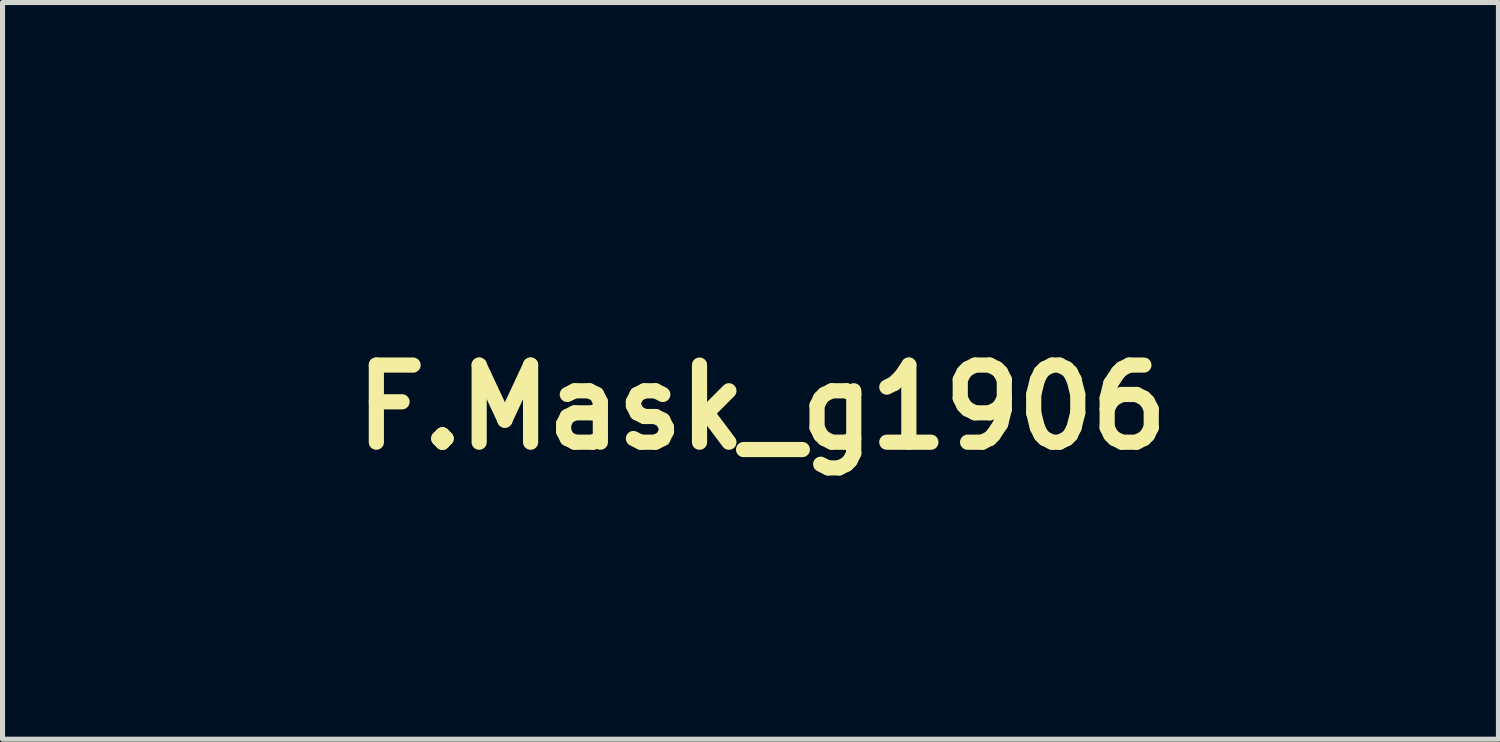
<source format=kicad_pcb>
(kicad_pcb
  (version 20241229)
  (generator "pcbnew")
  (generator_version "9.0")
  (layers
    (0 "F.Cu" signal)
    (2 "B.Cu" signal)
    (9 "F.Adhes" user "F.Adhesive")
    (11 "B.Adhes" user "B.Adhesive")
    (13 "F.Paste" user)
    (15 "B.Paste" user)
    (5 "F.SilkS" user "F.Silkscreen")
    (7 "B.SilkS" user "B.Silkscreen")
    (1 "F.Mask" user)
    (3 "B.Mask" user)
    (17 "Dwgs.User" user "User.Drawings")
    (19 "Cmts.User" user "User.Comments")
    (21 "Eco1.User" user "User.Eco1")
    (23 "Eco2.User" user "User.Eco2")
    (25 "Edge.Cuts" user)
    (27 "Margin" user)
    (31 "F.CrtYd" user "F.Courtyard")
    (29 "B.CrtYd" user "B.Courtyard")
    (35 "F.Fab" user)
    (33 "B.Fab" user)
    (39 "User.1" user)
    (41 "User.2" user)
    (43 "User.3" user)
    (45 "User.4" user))
  (footprint "F.Mask_g1906"
    (layer "F.Cu")
    (at 12.007 4.999)
    (property "Reference" "F.Mask_g1906" (at 0 0 0) (layer "F.SilkS") (effects (font (size 1.524 1.524) (thickness 0.3))))
    (attr through_hole)
    (fp_poly (pts (xy -7.176 3.09) (xy -7.366 3.09) (xy -7.366 1.884) (xy -7.176 1.884) (xy -7.176 3.09)) (stroke (width 0.01) (type solid)) (fill yes) (layer "F.Mask"))
    (fp_poly (pts (xy -7.174 1.757) (xy -7.368 1.757) (xy -7.355 1.471) (xy -7.186 1.471) (xy -7.174 1.757)) (stroke (width 0.01) (type solid)) (fill yes) (layer "F.Mask"))
    (fp_poly (pts (xy -4.191 3.09) (xy -4.36 3.09) (xy -4.36 1.46) (xy -4.191 1.46) (xy -4.191 3.09)) (stroke (width 0.01) (type solid)) (fill yes) (layer "F.Mask"))
    (fp_poly (pts (xy 2.434 1.757) (xy 2.265 1.757) (xy 2.265 1.46) (xy 2.434 1.46) (xy 2.434 1.757)) (stroke (width 0.01) (type solid)) (fill yes) (layer "F.Mask"))
    (fp_poly (pts (xy 2.434 3.09) (xy 2.265 3.09) (xy 2.265 1.884) (xy 2.434 1.884) (xy 2.434 3.09)) (stroke (width 0.01) (type solid)) (fill yes) (layer "F.Mask"))
    (fp_poly (pts (xy 8.445 1.757) (xy 8.276 1.757) (xy 8.276 1.46) (xy 8.445 1.46) (xy 8.445 1.757)) (stroke (width 0.01) (type solid)) (fill yes) (layer "F.Mask"))
    (fp_poly (pts (xy 8.445 3.09) (xy 8.276 3.09) (xy 8.276 1.884) (xy 8.445 1.884) (xy 8.445 3.09)) (stroke (width 0.01) (type solid)) (fill yes) (layer "F.Mask"))
    (fp_poly (pts (xy 8.89 3.09) (xy 8.721 3.09) (xy 8.721 1.46) (xy 8.89 1.46) (xy 8.89 3.09)) (stroke (width 0.01) (type solid)) (fill yes) (layer "F.Mask"))
    (fp_poly (pts (xy 9.313 1.757) (xy 9.144 1.757) (xy 9.144 1.46) (xy 9.313 1.46) (xy 9.313 1.757)) (stroke (width 0.01) (type solid)) (fill yes) (layer "F.Mask"))
    (fp_poly (pts (xy 9.324 1.894) (xy 9.324 3.08) (xy 9.234 3.086) (xy 9.144 3.093) (xy 9.144 1.881) (xy 9.324 1.894)) (stroke (width 0.01) (type solid)) (fill yes) (layer "F.Mask"))
    (fp_poly (pts (xy -10.933 -4.879) (xy -10.933 -1.344) (xy -11.43 -1.332) (xy -11.43 -4.445) (xy -12.002 -4.445) (xy -12.002 -4.89) (xy -10.933 -4.879)) (stroke (width 0.01) (type solid)) (fill yes) (layer "F.Mask"))
    (fp_poly (pts (xy 7.832 1.884) (xy 8.128 1.884) (xy 8.128 2.032) (xy 7.832 2.032) (xy 7.832 3.09) (xy 7.662 3.09) (xy 7.662 2.032) (xy 7.429 2.032) (xy 7.429 1.884) (xy 7.662 1.884) (xy 7.662 1.46) (xy 7.832 1.46) (xy 7.832 1.884)) (stroke (width 0.01) (type solid)) (fill yes) (layer "F.Mask"))
    (fp_poly (pts (xy 9.906 1.884) (xy 10.181 1.884) (xy 10.181 2.032) (xy 9.906 2.032) (xy 9.906 3.09) (xy 9.737 3.09) (xy 9.737 2.032) (xy 9.483 2.032) (xy 9.483 1.884) (xy 9.737 1.884) (xy 9.737 1.46) (xy 9.906 1.46) (xy 9.906 1.884)) (stroke (width 0.01) (type solid)) (fill yes) (layer "F.Mask"))
    (fp_poly (pts (xy -11.361 1.465) (xy -11.229 1.471) (xy -10.942 2.144) (xy -10.654 2.816) (xy -10.079 1.471) (xy -9.939 1.465) (xy -9.8 1.459) (xy -9.8 3.09) (xy -9.99 3.09) (xy -9.996 2.408) (xy -10.001 1.725) (xy -10.573 3.091) (xy -10.656 3.086) (xy -10.74 3.08) (xy -11.031 2.381) (xy -11.323 1.683) (xy -11.324 2.387) (xy -11.324 3.09) (xy -11.493 3.09) (xy -11.493 1.458) (xy -11.361 1.465)) (stroke (width 0.01) (type solid)) (fill yes) (layer "F.Mask"))
    (fp_poly (pts (xy -0.209 1.867) (xy -0.194 1.889) (xy -0.191 1.94) (xy -0.191 1.947) (xy -0.193 2) (xy -0.209 2.028) (xy -0.251 2.046) (xy -0.279 2.054) (xy -0.381 2.102) (xy -0.46 2.181) (xy -0.506 2.277) (xy -0.514 2.326) (xy -0.52 2.408) (xy -0.525 2.514) (xy -0.528 2.636) (xy -0.529 2.725) (xy -0.529 3.09) (xy -0.699 3.09) (xy -0.699 1.884) (xy -0.614 1.884) (xy -0.56 1.886) (xy -0.535 1.9) (xy -0.529 1.935) (xy -0.529 1.951) (xy -0.529 2.019) (xy -0.484 1.97) (xy -0.413 1.916) (xy -0.325 1.877) (xy -0.244 1.863) (xy -0.209 1.867)) (stroke (width 0.01) (type solid)) (fill yes) (layer "F.Mask"))
    (fp_poly (pts (xy -1.858 1.725) (xy -1.852 1.99) (xy -1.77 1.932) (xy -1.717 1.899) (xy -1.66 1.88) (xy -1.585 1.869) (xy -1.532 1.866) (xy -1.442 1.864) (xy -1.376 1.87) (xy -1.316 1.889) (xy -1.259 1.915) (xy -1.185 1.958) (xy -1.12 2.009) (xy -1.09 2.04) (xy -1.052 2.096) (xy -1.023 2.152) (xy -1.002 2.217) (xy -0.988 2.296) (xy -0.979 2.398) (xy -0.975 2.528) (xy -0.974 2.691) (xy -0.974 3.09) (xy -1.143 3.09) (xy -1.143 2.734) (xy -1.145 2.563) (xy -1.151 2.428) (xy -1.164 2.323) (xy -1.184 2.242) (xy -1.212 2.18) (xy -1.25 2.13) (xy -1.286 2.097) (xy -1.389 2.036) (xy -1.497 2.013) (xy -1.604 2.028) (xy -1.701 2.078) (xy -1.782 2.161) (xy -1.823 2.232) (xy -1.837 2.269) (xy -1.848 2.313) (xy -1.855 2.37) (xy -1.859 2.448) (xy -1.861 2.554) (xy -1.862 2.695) (xy -1.862 2.704) (xy -1.863 3.09) (xy -2.032 3.09) (xy -2.032 1.46) (xy -1.864 1.46) (xy -1.858 1.725)) (stroke (width 0.01) (type solid)) (fill yes) (layer "F.Mask"))
    (fp_poly (pts (xy 10.289 1.883) (xy 10.312 1.884) (xy 10.403 1.884) (xy 10.583 2.339) (xy 10.635 2.468) (xy 10.682 2.583) (xy 10.721 2.678) (xy 10.751 2.748) (xy 10.769 2.787) (xy 10.774 2.793) (xy 10.785 2.775) (xy 10.809 2.722) (xy 10.845 2.642) (xy 10.89 2.538) (xy 10.942 2.417) (xy 10.975 2.339) (xy 11.165 1.884) (xy 11.258 1.884) (xy 11.314 1.886) (xy 11.338 1.896) (xy 11.337 1.918) (xy 11.336 1.921) (xy 11.325 1.948) (xy 11.299 2.01) (xy 11.261 2.101) (xy 11.211 2.219) (xy 11.152 2.358) (xy 11.085 2.514) (xy 11.013 2.682) (xy 10.99 2.736) (xy 10.658 3.514) (xy 10.568 3.514) (xy 10.513 3.512) (xy 10.481 3.508) (xy 10.477 3.506) (xy 10.486 3.484) (xy 10.508 3.433) (xy 10.542 3.358) (xy 10.58 3.272) (xy 10.683 3.047) (xy 10.466 2.509) (xy 10.395 2.335) (xy 10.339 2.196) (xy 10.296 2.088) (xy 10.266 2.009) (xy 10.247 1.952) (xy 10.238 1.915) (xy 10.239 1.894) (xy 10.248 1.884) (xy 10.265 1.882) (xy 10.289 1.883)) (stroke (width 0.01) (type solid)) (fill yes) (layer "F.Mask"))
    (fp_poly (pts (xy -6.243 1.867) (xy -6.14 1.88) (xy -6.096 1.892) (xy -6.043 1.919) (xy -6.02 1.956) (xy -6.016 1.981) (xy -6.017 2.046) (xy -6.038 2.077) (xy -6.083 2.076) (xy -6.14 2.054) (xy -6.267 2.016) (xy -6.389 2.016) (xy -6.502 2.048) (xy -6.602 2.109) (xy -6.685 2.192) (xy -6.746 2.293) (xy -6.782 2.407) (xy -6.788 2.529) (xy -6.761 2.655) (xy -6.72 2.744) (xy -6.636 2.848) (xy -6.529 2.919) (xy -6.403 2.957) (xy -6.262 2.96) (xy -6.113 2.927) (xy -6.07 2.91) (xy -6.046 2.907) (xy -6.035 2.927) (xy -6.033 2.98) (xy -6.032 2.983) (xy -6.037 3.041) (xy -6.054 3.073) (xy -6.09 3.092) (xy -6.165 3.11) (xy -6.264 3.121) (xy -6.367 3.123) (xy -6.456 3.116) (xy -6.483 3.111) (xy -6.624 3.056) (xy -6.75 2.97) (xy -6.853 2.861) (xy -6.923 2.735) (xy -6.93 2.715) (xy -6.961 2.567) (xy -6.958 2.418) (xy -6.923 2.273) (xy -6.86 2.14) (xy -6.772 2.026) (xy -6.663 1.94) (xy -6.573 1.898) (xy -6.477 1.876) (xy -6.362 1.866) (xy -6.243 1.867)) (stroke (width 0.01) (type solid)) (fill yes) (layer "F.Mask"))
    (fp_poly (pts (xy -9.352 2.312) (xy -9.348 2.477) (xy -9.343 2.606) (xy -9.333 2.703) (xy -9.318 2.776) (xy -9.297 2.828) (xy -9.266 2.867) (xy -9.226 2.899) (xy -9.182 2.923) (xy -9.1 2.951) (xy -9.005 2.962) (xy -8.916 2.956) (xy -8.862 2.94) (xy -8.792 2.896) (xy -8.737 2.844) (xy -8.697 2.777) (xy -8.668 2.69) (xy -8.649 2.578) (xy -8.639 2.435) (xy -8.636 2.256) (xy -8.636 2.24) (xy -8.636 1.884) (xy -8.467 1.884) (xy -8.467 3.09) (xy -8.551 3.09) (xy -8.606 3.088) (xy -8.63 3.074) (xy -8.636 3.04) (xy -8.636 3.026) (xy -8.636 2.961) (xy -8.715 3.025) (xy -8.787 3.07) (xy -8.869 3.104) (xy -8.89 3.11) (xy -8.956 3.124) (xy -9.007 3.128) (xy -9.061 3.124) (xy -9.137 3.111) (xy -9.144 3.109) (xy -9.266 3.065) (xy -9.374 2.988) (xy -9.457 2.886) (xy -9.461 2.878) (xy -9.479 2.845) (xy -9.492 2.813) (xy -9.502 2.775) (xy -9.509 2.725) (xy -9.514 2.657) (xy -9.517 2.564) (xy -9.52 2.439) (xy -9.521 2.334) (xy -9.528 1.884) (xy -9.359 1.884) (xy -9.352 2.312)) (stroke (width 0.01) (type solid)) (fill yes) (layer "F.Mask"))
    (fp_poly (pts (xy -2.954 1.465) (xy -2.823 1.468) (xy -2.727 1.473) (xy -2.657 1.479) (xy -2.604 1.488) (xy -2.56 1.501) (xy -2.517 1.519) (xy -2.483 1.536) (xy -2.364 1.616) (xy -2.297 1.69) (xy -2.265 1.74) (xy -2.246 1.784) (xy -2.236 1.836) (xy -2.233 1.911) (xy -2.233 1.958) (xy -2.234 2.048) (xy -2.241 2.109) (xy -2.255 2.156) (xy -2.281 2.201) (xy -2.297 2.226) (xy -2.385 2.317) (xy -2.478 2.376) (xy -2.533 2.403) (xy -2.586 2.421) (xy -2.649 2.433) (xy -2.731 2.441) (xy -2.843 2.448) (xy -2.852 2.449) (xy -3.111 2.462) (xy -3.111 3.09) (xy -3.302 3.09) (xy -3.302 2.291) (xy -3.111 2.291) (xy -2.884 2.282) (xy -2.758 2.275) (xy -2.665 2.262) (xy -2.597 2.244) (xy -2.575 2.234) (xy -2.484 2.169) (xy -2.425 2.082) (xy -2.402 1.981) (xy -2.417 1.874) (xy -2.433 1.832) (xy -2.476 1.76) (xy -2.527 1.707) (xy -2.594 1.672) (xy -2.685 1.649) (xy -2.807 1.637) (xy -2.872 1.634) (xy -3.111 1.625) (xy -3.111 2.291) (xy -3.302 2.291) (xy -3.302 1.455) (xy -2.954 1.465)) (stroke (width 0.01) (type solid)) (fill yes) (layer "F.Mask"))
    (fp_poly (pts (xy 3.409 1.879) (xy 3.435 1.885) (xy 3.531 1.93) (xy 3.622 2.006) (xy 3.697 2.102) (xy 3.711 2.125) (xy 3.726 2.158) (xy 3.738 2.192) (xy 3.747 2.235) (xy 3.753 2.293) (xy 3.758 2.373) (xy 3.761 2.481) (xy 3.763 2.624) (xy 3.764 2.651) (xy 3.771 3.09) (xy 3.602 3.09) (xy 3.595 2.672) (xy 3.592 2.528) (xy 3.589 2.419) (xy 3.585 2.34) (xy 3.579 2.283) (xy 3.57 2.242) (xy 3.558 2.21) (xy 3.542 2.181) (xy 3.539 2.176) (xy 3.477 2.106) (xy 3.395 2.052) (xy 3.279 2.017) (xy 3.166 2.022) (xy 3.063 2.066) (xy 2.973 2.148) (xy 2.938 2.196) (xy 2.921 2.226) (xy 2.908 2.258) (xy 2.899 2.297) (xy 2.893 2.351) (xy 2.888 2.427) (xy 2.885 2.531) (xy 2.883 2.67) (xy 2.882 2.683) (xy 2.875 3.09) (xy 2.709 3.09) (xy 2.709 1.884) (xy 2.794 1.884) (xy 2.848 1.886) (xy 2.872 1.9) (xy 2.879 1.934) (xy 2.879 1.951) (xy 2.879 2.018) (xy 2.927 1.973) (xy 3.021 1.911) (xy 3.14 1.874) (xy 3.273 1.862) (xy 3.409 1.879)) (stroke (width 0.01) (type solid)) (fill yes) (layer "F.Mask"))
    (fp_poly (pts (xy 0.621 1.867) (xy 0.77 1.906) (xy 0.901 1.979) (xy 0.926 1.999) (xy 0.995 2.057) (xy 0.995 1.884) (xy 1.164 1.884) (xy 1.164 3.09) (xy 0.995 3.09) (xy 0.995 2.913) (xy 0.937 2.969) (xy 0.824 3.048) (xy 0.688 3.098) (xy 0.536 3.117) (xy 0.429 3.11) (xy 0.278 3.07) (xy 0.148 2.997) (xy 0.041 2.895) (xy -0.038 2.771) (xy -0.087 2.629) (xy -0.097 2.522) (xy 0.065 2.522) (xy 0.089 2.646) (xy 0.149 2.76) (xy 0.244 2.859) (xy 0.307 2.901) (xy 0.432 2.951) (xy 0.565 2.963) (xy 0.695 2.938) (xy 0.73 2.923) (xy 0.844 2.85) (xy 0.926 2.755) (xy 0.978 2.645) (xy 1 2.526) (xy 0.991 2.405) (xy 0.953 2.288) (xy 0.885 2.183) (xy 0.788 2.095) (xy 0.693 2.043) (xy 0.568 2.013) (xy 0.442 2.023) (xy 0.321 2.073) (xy 0.211 2.158) (xy 0.125 2.271) (xy 0.076 2.395) (xy 0.065 2.522) (xy -0.097 2.522) (xy -0.102 2.476) (xy -0.08 2.315) (xy -0.072 2.286) (xy -0.024 2.182) (xy 0.054 2.079) (xy 0.151 1.988) (xy 0.255 1.919) (xy 0.305 1.898) (xy 0.464 1.864) (xy 0.621 1.867)) (stroke (width 0.01) (type solid)) (fill yes) (layer "F.Mask"))
    (fp_poly (pts (xy 6.308 2.027) (xy 6.309 2.208) (xy 6.311 2.367) (xy 6.316 2.499) (xy 6.321 2.599) (xy 6.328 2.663) (xy 6.331 2.678) (xy 6.38 2.789) (xy 6.453 2.873) (xy 6.543 2.929) (xy 6.644 2.955) (xy 6.747 2.952) (xy 6.846 2.919) (xy 6.933 2.855) (xy 7.001 2.758) (xy 7.008 2.744) (xy 7.021 2.71) (xy 7.031 2.672) (xy 7.038 2.622) (xy 7.043 2.555) (xy 7.046 2.464) (xy 7.048 2.343) (xy 7.048 2.189) (xy 7.049 2.043) (xy 7.051 1.903) (xy 7.053 1.778) (xy 7.057 1.675) (xy 7.061 1.604) (xy 7.062 1.591) (xy 7.076 1.46) (xy 7.241 1.46) (xy 7.235 2.08) (xy 7.233 2.259) (xy 7.231 2.4) (xy 7.228 2.511) (xy 7.225 2.595) (xy 7.22 2.658) (xy 7.213 2.705) (xy 7.204 2.742) (xy 7.193 2.774) (xy 7.18 2.805) (xy 7.101 2.937) (xy 7.001 3.033) (xy 6.878 3.094) (xy 6.729 3.123) (xy 6.725 3.123) (xy 6.582 3.119) (xy 6.491 3.1) (xy 6.379 3.043) (xy 6.278 2.955) (xy 6.201 2.846) (xy 6.168 2.769) (xy 6.157 2.728) (xy 6.148 2.677) (xy 6.14 2.611) (xy 6.135 2.526) (xy 6.13 2.415) (xy 6.126 2.274) (xy 6.123 2.096) (xy 6.122 2.058) (xy 6.113 1.46) (xy 6.308 1.46) (xy 6.308 2.027)) (stroke (width 0.01) (type solid)) (fill yes) (layer "F.Mask"))
    (fp_poly (pts (xy -5.09 1.882) (xy -4.97 1.921) (xy -4.872 1.979) (xy -4.816 2.037) (xy -4.797 2.062) (xy -4.787 2.061) (xy -4.784 2.027) (xy -4.784 1.984) (xy -4.784 1.884) (xy -4.614 1.884) (xy -4.614 3.09) (xy -4.699 3.09) (xy -4.753 3.088) (xy -4.777 3.074) (xy -4.783 3.035) (xy -4.784 3.006) (xy -4.784 2.921) (xy -4.878 2.993) (xy -5.017 3.074) (xy -5.168 3.116) (xy -5.325 3.118) (xy -5.374 3.11) (xy -5.531 3.059) (xy -5.667 2.973) (xy -5.735 2.907) (xy -5.819 2.787) (xy -5.867 2.654) (xy -5.877 2.547) (xy -5.71 2.547) (xy -5.68 2.672) (xy -5.621 2.783) (xy -5.559 2.85) (xy -5.473 2.912) (xy -5.387 2.947) (xy -5.287 2.959) (xy -5.224 2.958) (xy -5.136 2.95) (xy -5.071 2.934) (xy -5.013 2.902) (xy -4.992 2.888) (xy -4.896 2.797) (xy -4.829 2.683) (xy -4.792 2.556) (xy -4.788 2.426) (xy -4.821 2.301) (xy -4.823 2.297) (xy -4.892 2.19) (xy -4.988 2.103) (xy -5.101 2.041) (xy -5.22 2.012) (xy -5.249 2.011) (xy -5.368 2.031) (xy -5.484 2.085) (xy -5.585 2.167) (xy -5.662 2.269) (xy -5.676 2.297) (xy -5.71 2.418) (xy -5.71 2.547) (xy -5.877 2.547) (xy -5.882 2.501) (xy -5.88 2.446) (xy -5.851 2.281) (xy -5.788 2.141) (xy -5.69 2.026) (xy -5.56 1.937) (xy -5.482 1.902) (xy -5.356 1.871) (xy -5.222 1.865) (xy -5.09 1.882)) (stroke (width 0.01) (type solid)) (fill yes) (layer "F.Mask"))
    (fp_poly (pts (xy -7.817 1.876) (xy -7.714 1.917) (xy -7.638 1.988) (xy -7.592 2.087) (xy -7.585 2.122) (xy -7.572 2.201) (xy -7.658 2.201) (xy -7.716 2.197) (xy -7.746 2.18) (xy -7.759 2.154) (xy -7.784 2.102) (xy -7.817 2.058) (xy -7.875 2.019) (xy -7.938 2.014) (xy -7.999 2.036) (xy -8.048 2.078) (xy -8.079 2.134) (xy -8.082 2.197) (xy -8.057 2.254) (xy -8.026 2.279) (xy -7.967 2.317) (xy -7.888 2.361) (xy -7.83 2.39) (xy -7.717 2.449) (xy -7.638 2.502) (xy -7.587 2.556) (xy -7.557 2.618) (xy -7.542 2.696) (xy -7.54 2.718) (xy -7.547 2.839) (xy -7.585 2.948) (xy -7.651 3.036) (xy -7.694 3.069) (xy -7.792 3.109) (xy -7.906 3.124) (xy -8.016 3.113) (xy -8.05 3.103) (xy -8.155 3.048) (xy -8.229 2.968) (xy -8.276 2.859) (xy -8.288 2.808) (xy -8.303 2.728) (xy -8.21 2.734) (xy -8.151 2.742) (xy -8.123 2.757) (xy -8.112 2.789) (xy -8.111 2.798) (xy -8.084 2.876) (xy -8.029 2.931) (xy -7.957 2.96) (xy -7.877 2.96) (xy -7.8 2.929) (xy -7.767 2.901) (xy -7.714 2.828) (xy -7.704 2.755) (xy -7.735 2.682) (xy -7.808 2.611) (xy -7.923 2.541) (xy -7.968 2.519) (xy -8.09 2.456) (xy -8.174 2.395) (xy -8.227 2.33) (xy -8.251 2.255) (xy -8.255 2.205) (xy -8.238 2.081) (xy -8.189 1.983) (xy -8.109 1.914) (xy -8 1.875) (xy -7.943 1.868) (xy -7.817 1.876)) (stroke (width 0.01) (type solid)) (fill yes) (layer "F.Mask"))
    (fp_poly (pts (xy 1.819 1.881) (xy 1.921 1.932) (xy 1.997 2.013) (xy 2.042 2.121) (xy 2.045 2.133) (xy 2.051 2.176) (xy 2.041 2.196) (xy 2.003 2.201) (xy 1.972 2.201) (xy 1.914 2.198) (xy 1.885 2.182) (xy 1.871 2.148) (xy 1.838 2.087) (xy 1.78 2.037) (xy 1.714 2.012) (xy 1.7 2.011) (xy 1.639 2.028) (xy 1.59 2.072) (xy 1.557 2.131) (xy 1.547 2.194) (xy 1.564 2.25) (xy 1.58 2.268) (xy 1.613 2.289) (xy 1.674 2.323) (xy 1.753 2.365) (xy 1.807 2.392) (xy 1.898 2.438) (xy 1.959 2.475) (xy 2 2.508) (xy 2.029 2.546) (xy 2.048 2.582) (xy 2.088 2.703) (xy 2.09 2.822) (xy 2.053 2.932) (xy 1.978 3.028) (xy 1.976 3.029) (xy 1.871 3.099) (xy 1.754 3.128) (xy 1.628 3.116) (xy 1.581 3.102) (xy 1.516 3.073) (xy 1.462 3.039) (xy 1.456 3.034) (xy 1.413 2.98) (xy 1.372 2.906) (xy 1.343 2.829) (xy 1.334 2.778) (xy 1.339 2.747) (xy 1.364 2.734) (xy 1.417 2.731) (xy 1.472 2.734) (xy 1.5 2.751) (xy 1.518 2.794) (xy 1.524 2.814) (xy 1.55 2.877) (xy 1.585 2.924) (xy 1.593 2.931) (xy 1.659 2.957) (xy 1.739 2.962) (xy 1.812 2.946) (xy 1.822 2.942) (xy 1.866 2.901) (xy 1.904 2.837) (xy 1.925 2.772) (xy 1.926 2.754) (xy 1.907 2.695) (xy 1.854 2.633) (xy 1.775 2.576) (xy 1.699 2.539) (xy 1.571 2.481) (xy 1.479 2.425) (xy 1.42 2.364) (xy 1.387 2.293) (xy 1.376 2.206) (xy 1.376 2.195) (xy 1.394 2.078) (xy 1.446 1.981) (xy 1.525 1.91) (xy 1.627 1.87) (xy 1.696 1.863) (xy 1.819 1.881)) (stroke (width 0.01) (type solid)) (fill yes) (layer "F.Mask"))
    (fp_poly (pts (xy 1.612 -1.979) (xy 1.755 -1.646) (xy 1.894 -1.322) (xy 2.027 -1.012) (xy 2.154 -0.715) (xy 2.274 -0.436) (xy 2.386 -0.175) (xy 2.488 0.064) (xy 2.58 0.28) (xy 2.662 0.471) (xy 2.731 0.634) (xy 2.787 0.768) (xy 2.83 0.869) (xy 2.858 0.936) (xy 2.87 0.967) (xy 2.871 0.968) (xy 2.883 1.016) (xy 2.231 1.016) (xy 1.808 0.037) (xy 1.384 -0.942) (xy 0.02 -0.947) (xy -1.344 -0.953) (xy -1.77 0.026) (xy -2.196 1.005) (xy -2.508 1.011) (xy -2.82 1.017) (xy -2.808 0.969) (xy -2.798 0.944) (xy -2.773 0.883) (xy -2.733 0.787) (xy -2.679 0.658) (xy -2.612 0.5) (xy -2.533 0.313) (xy -2.443 0.101) (xy -2.343 -0.135) (xy -2.233 -0.393) (xy -2.116 -0.67) (xy -1.991 -0.964) (xy -1.859 -1.272) (xy -1.754 -1.518) (xy -1.101 -1.518) (xy -1.08 -1.515) (xy -1.021 -1.512) (xy -0.928 -1.51) (xy -0.804 -1.508) (xy -0.653 -1.506) (xy -0.479 -1.504) (xy -0.286 -1.503) (xy -0.078 -1.503) (xy 0.02 -1.503) (xy 1.141 -1.503) (xy 1.041 -1.742) (xy 0.87 -2.156) (xy 0.714 -2.53) (xy 0.574 -2.866) (xy 0.45 -3.162) (xy 0.341 -3.419) (xy 0.249 -3.638) (xy 0.172 -3.818) (xy 0.11 -3.959) (xy 0.065 -4.062) (xy 0.034 -4.126) (xy 0.02 -4.152) (xy 0.019 -4.152) (xy 0.008 -4.131) (xy -0.017 -4.074) (xy -0.055 -3.987) (xy -0.105 -3.872) (xy -0.164 -3.733) (xy -0.232 -3.576) (xy -0.306 -3.402) (xy -0.385 -3.218) (xy -0.467 -3.025) (xy -0.55 -2.829) (xy -0.634 -2.633) (xy -0.715 -2.441) (xy -0.793 -2.257) (xy -0.866 -2.084) (xy -0.932 -1.928) (xy -0.989 -1.791) (xy -1.036 -1.677) (xy -1.072 -1.592) (xy -1.094 -1.537) (xy -1.101 -1.518) (xy -1.754 -1.518) (xy -1.722 -1.594) (xy -1.58 -1.926) (xy -1.558 -1.979) (xy -0.319 -4.879) (xy 0.365 -4.879) (xy 1.612 -1.979)) (stroke (width 0.01) (type solid)) (fill yes) (layer "F.Mask"))
    (fp_poly (pts (xy 4.774 1.885) (xy 4.909 1.942) (xy 4.99 1.999) (xy 5.059 2.057) (xy 5.059 1.97) (xy 5.061 1.915) (xy 5.074 1.891) (xy 5.111 1.884) (xy 5.14 1.884) (xy 5.222 1.884) (xy 5.233 2.27) (xy 5.238 2.484) (xy 5.237 2.681) (xy 5.232 2.858) (xy 5.223 3.009) (xy 5.21 3.13) (xy 5.193 3.216) (xy 5.18 3.252) (xy 5.095 3.379) (xy 4.991 3.47) (xy 4.863 3.527) (xy 4.71 3.553) (xy 4.646 3.554) (xy 4.553 3.55) (xy 4.464 3.539) (xy 4.399 3.524) (xy 4.394 3.523) (xy 4.261 3.452) (xy 4.149 3.346) (xy 4.104 3.284) (xy 4.059 3.206) (xy 4.043 3.154) (xy 4.057 3.124) (xy 4.101 3.112) (xy 4.127 3.111) (xy 4.186 3.117) (xy 4.221 3.138) (xy 4.242 3.172) (xy 4.316 3.27) (xy 4.415 3.344) (xy 4.532 3.389) (xy 4.656 3.405) (xy 4.779 3.388) (xy 4.886 3.338) (xy 4.967 3.262) (xy 5.027 3.16) (xy 5.057 3.047) (xy 5.059 3.011) (xy 5.059 2.923) (xy 5.009 2.973) (xy 4.902 3.055) (xy 4.777 3.103) (xy 4.626 3.12) (xy 4.614 3.12) (xy 4.447 3.102) (xy 4.301 3.048) (xy 4.179 2.96) (xy 4.081 2.836) (xy 4.049 2.777) (xy 4.002 2.635) (xy 3.988 2.49) (xy 4.161 2.49) (xy 4.177 2.615) (xy 4.223 2.728) (xy 4.295 2.824) (xy 4.387 2.899) (xy 4.495 2.947) (xy 4.613 2.964) (xy 4.737 2.946) (xy 4.779 2.93) (xy 4.895 2.861) (xy 4.983 2.766) (xy 5.041 2.652) (xy 5.066 2.526) (xy 5.058 2.397) (xy 5.014 2.269) (xy 4.963 2.188) (xy 4.9 2.128) (xy 4.815 2.073) (xy 4.723 2.031) (xy 4.64 2.012) (xy 4.627 2.011) (xy 4.5 2.031) (xy 4.382 2.087) (xy 4.283 2.173) (xy 4.209 2.284) (xy 4.18 2.357) (xy 4.161 2.49) (xy 3.988 2.49) (xy 3.987 2.481) (xy 4.007 2.328) (xy 4.041 2.227) (xy 4.12 2.097) (xy 4.226 1.993) (xy 4.351 1.919) (xy 4.488 1.875) (xy 4.631 1.863) (xy 4.774 1.885)) (stroke (width 0.01) (type solid)) (fill yes) (layer "F.Mask"))
    (fp_poly (pts (xy -8.379 -4.883) (xy -8.329 -4.876) (xy -8.319 -4.869) (xy -8.331 -4.847) (xy -8.366 -4.796) (xy -8.42 -4.719) (xy -8.491 -4.621) (xy -8.576 -4.505) (xy -8.671 -4.377) (xy -8.742 -4.283) (xy -8.843 -4.148) (xy -8.934 -4.025) (xy -9.014 -3.916) (xy -9.08 -3.827) (xy -9.127 -3.761) (xy -9.155 -3.722) (xy -9.16 -3.713) (xy -9.138 -3.715) (xy -9.087 -3.724) (xy -9.017 -3.74) (xy -8.826 -3.764) (xy -8.635 -3.748) (xy -8.448 -3.697) (xy -8.27 -3.614) (xy -8.107 -3.5) (xy -7.962 -3.36) (xy -7.84 -3.196) (xy -7.748 -3.011) (xy -7.72 -2.932) (xy -7.694 -2.816) (xy -7.678 -2.676) (xy -7.672 -2.527) (xy -7.676 -2.382) (xy -7.692 -2.257) (xy -7.703 -2.212) (xy -7.779 -2.013) (xy -7.891 -1.824) (xy -8.031 -1.655) (xy -8.193 -1.514) (xy -8.229 -1.49) (xy -8.403 -1.396) (xy -8.598 -1.328) (xy -8.804 -1.287) (xy -9.008 -1.278) (xy -9.2 -1.3) (xy -9.207 -1.302) (xy -9.42 -1.37) (xy -9.613 -1.475) (xy -9.791 -1.619) (xy -9.821 -1.649) (xy -9.965 -1.814) (xy -10.069 -1.981) (xy -10.138 -2.158) (xy -10.174 -2.352) (xy -10.18 -2.484) (xy -9.693 -2.484) (xy -9.663 -2.31) (xy -9.597 -2.145) (xy -9.493 -1.994) (xy -9.471 -1.969) (xy -9.335 -1.853) (xy -9.183 -1.774) (xy -9.019 -1.733) (xy -8.849 -1.732) (xy -8.678 -1.772) (xy -8.522 -1.848) (xy -8.391 -1.955) (xy -8.287 -2.085) (xy -8.213 -2.235) (xy -8.171 -2.398) (xy -8.162 -2.568) (xy -8.189 -2.741) (xy -8.247 -2.897) (xy -8.342 -3.043) (xy -8.469 -3.167) (xy -8.624 -3.262) (xy -8.631 -3.265) (xy -8.792 -3.319) (xy -8.957 -3.333) (xy -9.12 -3.309) (xy -9.274 -3.25) (xy -9.412 -3.157) (xy -9.53 -3.032) (xy -9.554 -2.998) (xy -9.639 -2.834) (xy -9.685 -2.661) (xy -9.693 -2.484) (xy -10.18 -2.484) (xy -10.181 -2.506) (xy -10.177 -2.631) (xy -10.164 -2.75) (xy -10.139 -2.866) (xy -10.101 -2.984) (xy -10.046 -3.111) (xy -9.974 -3.249) (xy -9.882 -3.405) (xy -9.767 -3.584) (xy -9.629 -3.789) (xy -9.604 -3.825) (xy -9.503 -3.972) (xy -9.398 -4.123) (xy -9.296 -4.272) (xy -9.201 -4.408) (xy -9.121 -4.525) (xy -9.067 -4.604) (xy -8.878 -4.879) (xy -8.598 -4.885) (xy -8.469 -4.886) (xy -8.379 -4.883)) (stroke (width 0.01) (type solid)) (fill yes) (layer "F.Mask"))
    (fp_poly (pts (xy 4.985 -4.885) (xy 5.229 -4.881) (xy 5.442 -4.873) (xy 5.629 -4.86) (xy 5.794 -4.844) (xy 5.941 -4.822) (xy 6.074 -4.794) (xy 6.197 -4.76) (xy 6.314 -4.72) (xy 6.429 -4.672) (xy 6.535 -4.622) (xy 6.773 -4.483) (xy 6.98 -4.315) (xy 7.156 -4.119) (xy 7.3 -3.897) (xy 7.411 -3.651) (xy 7.486 -3.382) (xy 7.515 -3.212) (xy 7.528 -2.944) (xy 7.502 -2.682) (xy 7.439 -2.428) (xy 7.34 -2.188) (xy 7.209 -1.966) (xy 7.047 -1.765) (xy 6.856 -1.589) (xy 6.639 -1.443) (xy 6.551 -1.397) (xy 6.366 -1.315) (xy 6.195 -1.258) (xy 6.025 -1.223) (xy 5.949 -1.214) (xy 5.88 -1.205) (xy 5.829 -1.194) (xy 5.811 -1.187) (xy 5.822 -1.168) (xy 5.856 -1.118) (xy 5.912 -1.041) (xy 5.987 -0.938) (xy 6.079 -0.813) (xy 6.186 -0.669) (xy 6.306 -0.509) (xy 6.437 -0.335) (xy 6.576 -0.151) (xy 6.607 -0.109) (xy 6.772 0.11) (xy 6.921 0.309) (xy 7.052 0.486) (xy 7.164 0.639) (xy 7.256 0.766) (xy 7.327 0.866) (xy 7.374 0.937) (xy 7.398 0.977) (xy 7.4 0.986) (xy 7.388 0.997) (xy 7.36 1.006) (xy 7.309 1.011) (xy 7.23 1.014) (xy 7.117 1.016) (xy 7.039 1.016) (xy 6.689 1.016) (xy 5.696 -0.312) (xy 5.54 -0.521) (xy 5.391 -0.721) (xy 5.253 -0.908) (xy 5.126 -1.08) (xy 5.012 -1.235) (xy 4.914 -1.369) (xy 4.833 -1.481) (xy 4.772 -1.568) (xy 4.731 -1.626) (xy 4.713 -1.654) (xy 4.713 -1.656) (xy 4.736 -1.662) (xy 4.795 -1.667) (xy 4.88 -1.67) (xy 4.984 -1.672) (xy 5.034 -1.672) (xy 5.366 -1.683) (xy 5.662 -1.715) (xy 5.925 -1.77) (xy 6.154 -1.846) (xy 6.351 -1.946) (xy 6.518 -2.068) (xy 6.538 -2.086) (xy 6.667 -2.223) (xy 6.764 -2.367) (xy 6.836 -2.532) (xy 6.85 -2.574) (xy 6.903 -2.804) (xy 6.916 -3.03) (xy 6.892 -3.25) (xy 6.832 -3.459) (xy 6.737 -3.653) (xy 6.61 -3.828) (xy 6.451 -3.979) (xy 6.263 -4.103) (xy 6.221 -4.125) (xy 6.102 -4.18) (xy 5.981 -4.225) (xy 5.855 -4.261) (xy 5.717 -4.289) (xy 5.563 -4.31) (xy 5.387 -4.325) (xy 5.184 -4.333) (xy 4.95 -4.336) (xy 4.679 -4.335) (xy 4.667 -4.335) (xy 4.138 -4.329) (xy 4.128 -1.662) (xy 4.117 1.005) (xy 3.825 1.011) (xy 3.701 1.013) (xy 3.614 1.011) (xy 3.559 1.006) (xy 3.53 0.997) (xy 3.524 0.99) (xy 3.522 0.966) (xy 3.521 0.902) (xy 3.52 0.801) (xy 3.52 0.664) (xy 3.519 0.495) (xy 3.518 0.296) (xy 3.518 0.07) (xy 3.518 -0.182) (xy 3.517 -0.457) (xy 3.517 -0.752) (xy 3.518 -1.065) (xy 3.518 -1.394) (xy 3.518 -1.735) (xy 3.519 -1.958) (xy 3.524 -4.879) (xy 4.392 -4.885) (xy 4.708 -4.887) (xy 4.985 -4.885)) (stroke (width 0.01) (type solid)) (fill yes) (layer "F.Mask"))
    (fp_poly (pts (xy 9.865 -4.99) (xy 10.032 -4.975) (xy 10.179 -4.948) (xy 10.234 -4.932) (xy 10.488 -4.83) (xy 10.716 -4.698) (xy 10.914 -4.538) (xy 11.082 -4.351) (xy 11.218 -4.141) (xy 11.318 -3.911) (xy 11.382 -3.661) (xy 11.4 -3.534) (xy 11.414 -3.387) (xy 10.795 -3.387) (xy 10.795 -3.456) (xy 10.785 -3.542) (xy 10.76 -3.649) (xy 10.723 -3.762) (xy 10.68 -3.864) (xy 10.657 -3.908) (xy 10.536 -4.077) (xy 10.394 -4.214) (xy 10.233 -4.32) (xy 10.06 -4.392) (xy 9.879 -4.433) (xy 9.695 -4.44) (xy 9.513 -4.414) (xy 9.337 -4.355) (xy 9.172 -4.262) (xy 9.023 -4.135) (xy 8.916 -4.005) (xy 8.835 -3.88) (xy 8.781 -3.768) (xy 8.75 -3.654) (xy 8.735 -3.522) (xy 8.732 -3.429) (xy 8.733 -3.326) (xy 8.737 -3.253) (xy 8.747 -3.196) (xy 8.765 -3.142) (xy 8.794 -3.079) (xy 8.8 -3.065) (xy 8.898 -2.913) (xy 9.032 -2.776) (xy 9.198 -2.659) (xy 9.299 -2.605) (xy 9.377 -2.571) (xy 9.486 -2.529) (xy 9.613 -2.482) (xy 9.749 -2.436) (xy 9.853 -2.402) (xy 9.986 -2.36) (xy 10.116 -2.317) (xy 10.234 -2.278) (xy 10.329 -2.245) (xy 10.384 -2.225) (xy 10.595 -2.127) (xy 10.798 -2.003) (xy 10.985 -1.859) (xy 11.149 -1.701) (xy 11.284 -1.534) (xy 11.361 -1.406) (xy 11.465 -1.16) (xy 11.528 -0.904) (xy 11.55 -0.641) (xy 11.531 -0.372) (xy 11.47 -0.1) (xy 11.449 -0.032) (xy 11.347 0.207) (xy 11.211 0.423) (xy 11.043 0.615) (xy 10.845 0.78) (xy 10.62 0.915) (xy 10.37 1.02) (xy 10.2 1.069) (xy 10.075 1.091) (xy 9.924 1.106) (xy 9.762 1.112) (xy 9.602 1.111) (xy 9.461 1.1) (xy 9.395 1.09) (xy 9.122 1.019) (xy 8.873 0.914) (xy 8.649 0.777) (xy 8.454 0.612) (xy 8.288 0.419) (xy 8.154 0.202) (xy 8.053 -0.039) (xy 7.988 -0.3) (xy 7.966 -0.469) (xy 7.953 -0.635) (xy 8.544 -0.635) (xy 8.588 -0.424) (xy 8.638 -0.233) (xy 8.703 -0.072) (xy 8.788 0.069) (xy 8.899 0.202) (xy 8.921 0.225) (xy 9.071 0.358) (xy 9.226 0.455) (xy 9.392 0.519) (xy 9.579 0.553) (xy 9.747 0.561) (xy 9.943 0.55) (xy 10.114 0.517) (xy 10.274 0.456) (xy 10.434 0.364) (xy 10.456 0.349) (xy 10.615 0.218) (xy 10.743 0.064) (xy 10.839 -0.108) (xy 10.905 -0.293) (xy 10.938 -0.486) (xy 10.938 -0.68) (xy 10.904 -0.871) (xy 10.837 -1.053) (xy 10.734 -1.221) (xy 10.663 -1.305) (xy 10.567 -1.397) (xy 10.458 -1.48) (xy 10.331 -1.557) (xy 10.182 -1.63) (xy 10.005 -1.703) (xy 9.796 -1.777) (xy 9.599 -1.839) (xy 9.301 -1.939) (xy 9.042 -2.045) (xy 8.821 -2.158) (xy 8.634 -2.28) (xy 8.479 -2.414) (xy 8.354 -2.561) (xy 8.255 -2.724) (xy 8.182 -2.904) (xy 8.158 -2.985) (xy 8.133 -3.116) (xy 8.121 -3.274) (xy 8.121 -3.443) (xy 8.133 -3.61) (xy 8.157 -3.76) (xy 8.167 -3.799) (xy 8.253 -4.044) (xy 8.375 -4.267) (xy 8.528 -4.467) (xy 8.71 -4.64) (xy 8.918 -4.783) (xy 9.148 -4.893) (xy 9.384 -4.964) (xy 9.527 -4.985) (xy 9.692 -4.994) (xy 9.865 -4.99)) (stroke (width 0.01) (type solid)) (fill yes) (layer "F.Mask"))
    (fp_poly (pts (xy -6.059 -4.889) (xy -5.792 -4.888) (xy -5.563 -4.886) (xy -5.366 -4.882) (xy -5.199 -4.876) (xy -5.055 -4.866) (xy -4.931 -4.854) (xy -4.821 -4.837) (xy -4.722 -4.816) (xy -4.628 -4.791) (xy -4.535 -4.76) (xy -4.439 -4.723) (xy -4.429 -4.719) (xy -4.211 -4.612) (xy -4.013 -4.475) (xy -3.84 -4.312) (xy -3.697 -4.13) (xy -3.621 -3.997) (xy -3.54 -3.801) (xy -3.492 -3.602) (xy -3.473 -3.385) (xy -3.472 -3.334) (xy -3.485 -3.105) (xy -3.526 -2.902) (xy -3.599 -2.717) (xy -3.707 -2.542) (xy -3.852 -2.37) (xy -3.889 -2.331) (xy -3.962 -2.257) (xy -4.021 -2.196) (xy -4.063 -2.151) (xy -4.08 -2.13) (xy -4.081 -2.129) (xy -4.061 -2.117) (xy -4.014 -2.089) (xy -3.948 -2.05) (xy -3.926 -2.037) (xy -3.704 -1.884) (xy -3.517 -1.709) (xy -3.366 -1.512) (xy -3.253 -1.296) (xy -3.177 -1.061) (xy -3.139 -0.808) (xy -3.14 -0.539) (xy -3.153 -0.413) (xy -3.205 -0.151) (xy -3.29 0.083) (xy -3.408 0.291) (xy -3.558 0.473) (xy -3.741 0.628) (xy -3.957 0.757) (xy -4.207 0.86) (xy -4.49 0.937) (xy -4.58 0.955) (xy -4.639 0.966) (xy -4.698 0.974) (xy -4.762 0.981) (xy -4.835 0.987) (xy -4.922 0.992) (xy -5.027 0.996) (xy -5.155 1) (xy -5.309 1.003) (xy -5.495 1.006) (xy -5.716 1.008) (xy -5.847 1.01) (xy -6.879 1.021) (xy -6.879 -1.794) (xy -6.265 -1.794) (xy -6.265 0.464) (xy -5.974 0.471) (xy -5.857 0.474) (xy -5.745 0.477) (xy -5.649 0.479) (xy -5.583 0.482) (xy -5.577 0.482) (xy -5.517 0.482) (xy -5.426 0.479) (xy -5.315 0.474) (xy -5.195 0.467) (xy -5.161 0.465) (xy -4.871 0.434) (xy -4.618 0.384) (xy -4.4 0.313) (xy -4.215 0.22) (xy -4.062 0.105) (xy -3.94 -0.033) (xy -3.846 -0.196) (xy -3.78 -0.385) (xy -3.779 -0.391) (xy -3.747 -0.596) (xy -3.755 -0.797) (xy -3.8 -0.99) (xy -3.88 -1.171) (xy -3.993 -1.336) (xy -4.135 -1.482) (xy -4.306 -1.604) (xy -4.501 -1.698) (xy -4.614 -1.735) (xy -4.666 -1.749) (xy -4.721 -1.759) (xy -4.786 -1.768) (xy -4.864 -1.776) (xy -4.964 -1.782) (xy -5.089 -1.787) (xy -5.246 -1.793) (xy -5.408 -1.798) (xy -5.574 -1.802) (xy -5.731 -1.805) (xy -5.873 -1.807) (xy -5.994 -1.808) (xy -6.087 -1.807) (xy -6.146 -1.805) (xy -6.154 -1.805) (xy -6.265 -1.794) (xy -6.879 -1.794) (xy -6.879 -2.373) (xy -6.265 -2.373) (xy -6.207 -2.363) (xy -6.17 -2.361) (xy -6.098 -2.359) (xy -5.996 -2.358) (xy -5.871 -2.358) (xy -5.729 -2.359) (xy -5.609 -2.36) (xy -5.418 -2.363) (xy -5.264 -2.368) (xy -5.141 -2.374) (xy -5.043 -2.382) (xy -4.965 -2.392) (xy -4.912 -2.402) (xy -4.699 -2.463) (xy -4.522 -2.542) (xy -4.378 -2.643) (xy -4.263 -2.767) (xy -4.175 -2.918) (xy -4.146 -2.986) (xy -4.091 -3.185) (xy -4.076 -3.379) (xy -4.1 -3.564) (xy -4.16 -3.737) (xy -4.257 -3.894) (xy -4.387 -4.031) (xy -4.55 -4.143) (xy -4.599 -4.169) (xy -4.69 -4.211) (xy -4.775 -4.245) (xy -4.861 -4.272) (xy -4.955 -4.292) (xy -5.063 -4.307) (xy -5.19 -4.318) (xy -5.343 -4.326) (xy -5.528 -4.331) (xy -5.667 -4.334) (xy -6.265 -4.344) (xy -6.265 -2.373) (xy -6.879 -2.373) (xy -6.879 -4.889) (xy -6.059 -4.889)) (stroke (width 0.01) (type solid)) (fill yes) (layer "F.Mask")))
  (gr_rect
    (start -3 -3)
    (end 26.561 11.558)
    (stroke (width 0.1) (type default))
    (fill no)
    (layer "Edge.Cuts")))
</source>
